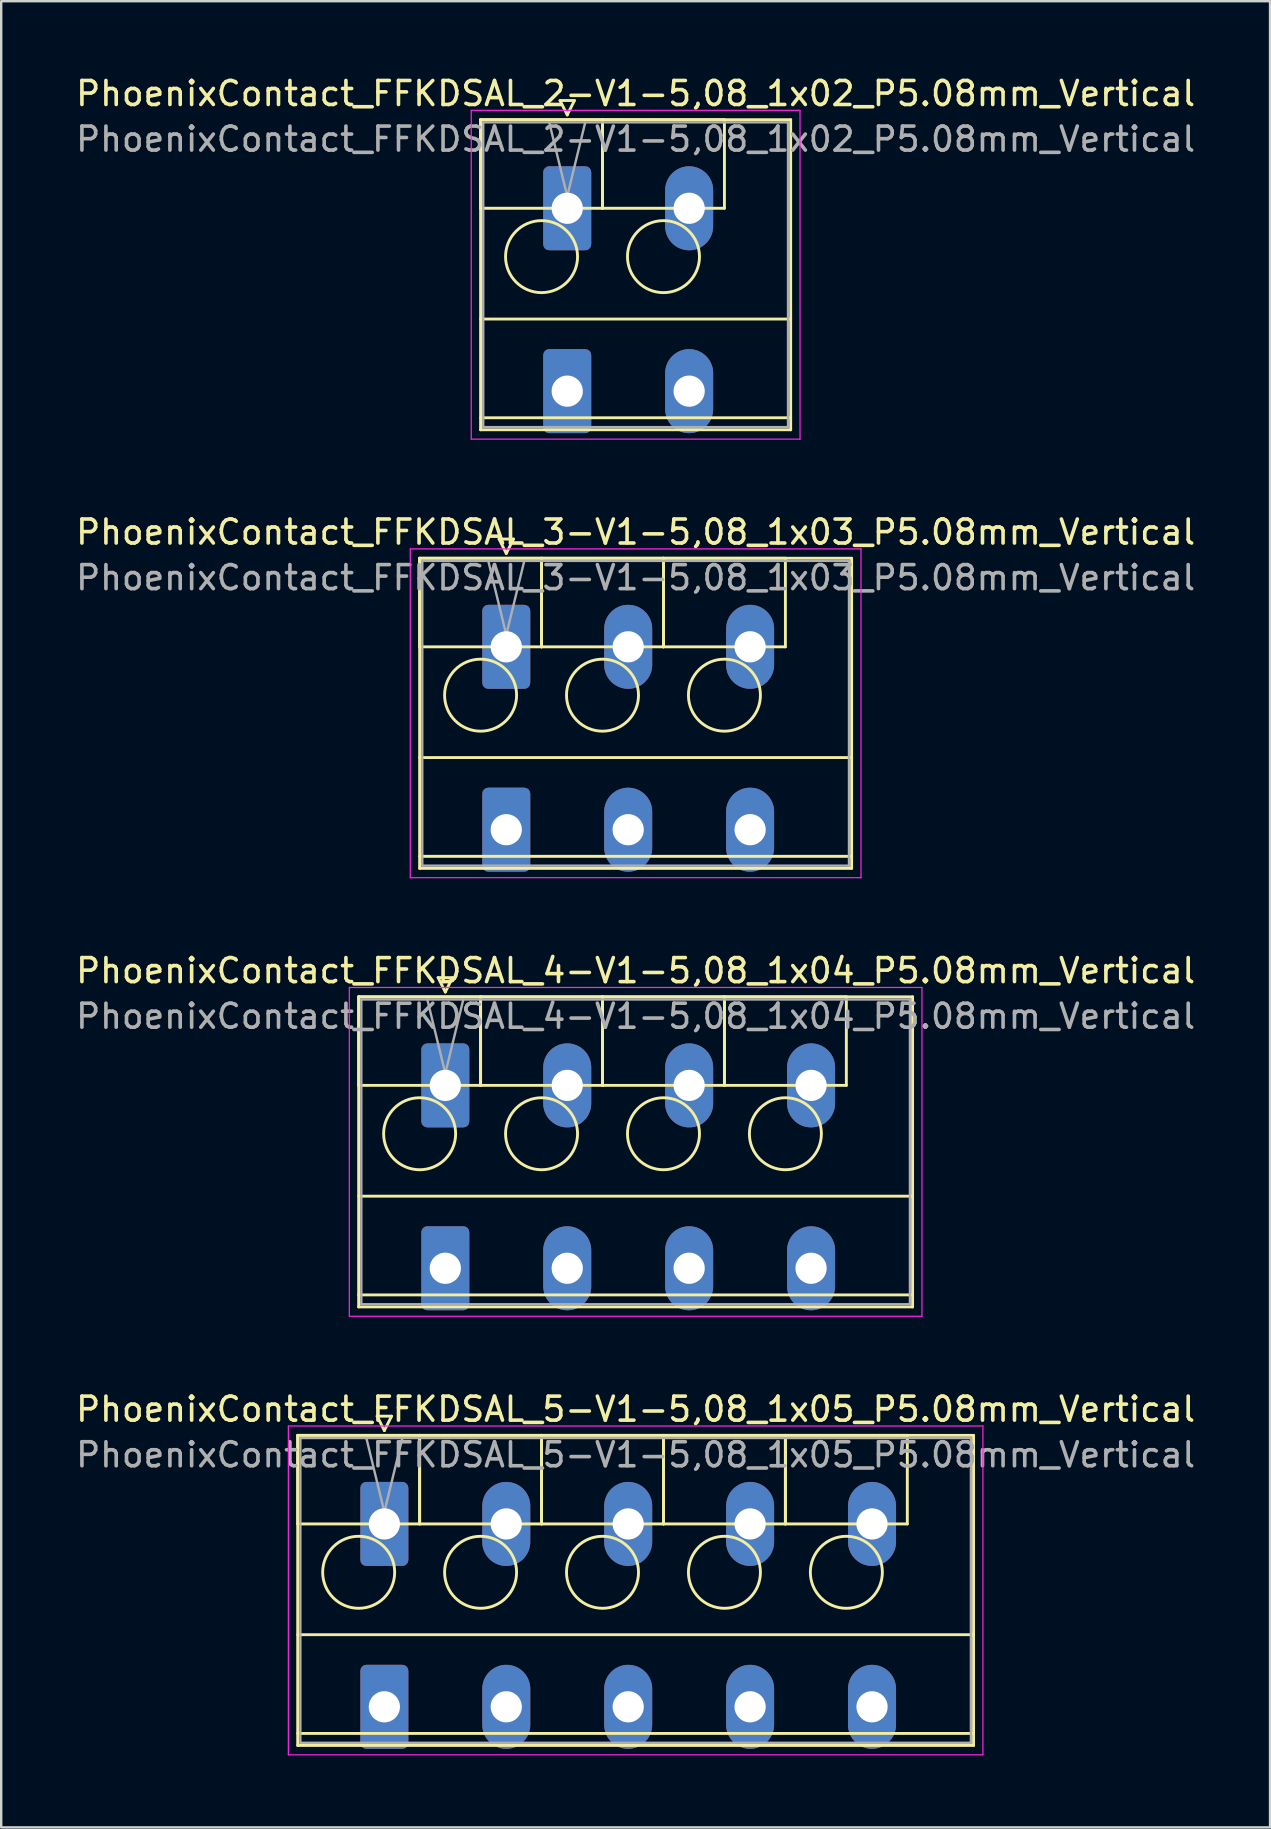
<source format=kicad_pcb>
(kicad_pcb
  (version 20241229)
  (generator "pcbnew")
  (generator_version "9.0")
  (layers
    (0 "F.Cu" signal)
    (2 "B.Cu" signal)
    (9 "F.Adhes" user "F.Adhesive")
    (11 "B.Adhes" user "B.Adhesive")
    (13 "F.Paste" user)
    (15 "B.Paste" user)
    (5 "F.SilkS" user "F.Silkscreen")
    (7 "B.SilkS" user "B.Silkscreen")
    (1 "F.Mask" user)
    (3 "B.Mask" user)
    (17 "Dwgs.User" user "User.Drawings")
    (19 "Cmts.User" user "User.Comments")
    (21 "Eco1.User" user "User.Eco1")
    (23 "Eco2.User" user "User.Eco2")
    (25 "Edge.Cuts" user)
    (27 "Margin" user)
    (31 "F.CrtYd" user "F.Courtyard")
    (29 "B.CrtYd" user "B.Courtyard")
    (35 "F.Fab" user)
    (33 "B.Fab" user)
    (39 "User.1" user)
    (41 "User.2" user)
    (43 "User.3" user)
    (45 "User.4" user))
  (footprint "PhoenixContact_FFKDSAL_2-V1-5,08_1x02_P5.08mm_Vertical"
    (layer "F.Cu")
    (at 20.585 5.628)
    (property "Reference" "PhoenixContact_FFKDSAL_2-V1-5,08_1x02_P5.08mm_Vertical" (at 2.85 -4.78 0) (layer "F.SilkS") (effects (font (size 1 1) (thickness 0.15))))
    (attr through_hole)
    (fp_line (start -3.61 -3.69) (end -3.61 0) (stroke (width 0.12) (type solid)) (layer "F.SilkS"))
    (fp_line (start -3.61 -3.69) (end -3.61 9.23) (stroke (width 0.12) (type solid)) (layer "F.SilkS"))
    (fp_line (start -3.61 0) (end 1.47 0) (stroke (width 0.12) (type solid)) (layer "F.SilkS"))
    (fp_line (start -3.61 4.615) (end 9.31 4.615) (stroke (width 0.12) (type solid)) (layer "F.SilkS"))
    (fp_line (start -3.61 8.73) (end 9.31 8.73) (stroke (width 0.12) (type solid)) (layer "F.SilkS"))
    (fp_line (start -3.61 9.23) (end 9.31 9.23) (stroke (width 0.12) (type solid)) (layer "F.SilkS"))
    (fp_line (start -0.3 -4.49) (end 0.3 -4.49) (stroke (width 0.12) (type solid)) (layer "F.SilkS"))
    (fp_line (start 0 -3.89) (end -0.3 -4.49) (stroke (width 0.12) (type solid)) (layer "F.SilkS"))
    (fp_line (start 0.3 -4.49) (end 0 -3.89) (stroke (width 0.12) (type solid)) (layer "F.SilkS"))
    (fp_line (start 1.47 -3.69) (end -3.61 -3.69) (stroke (width 0.12) (type solid)) (layer "F.SilkS"))
    (fp_line (start 1.47 -3.69) (end 1.47 0) (stroke (width 0.12) (type solid)) (layer "F.SilkS"))
    (fp_line (start 1.47 0) (end 1.47 -3.69) (stroke (width 0.12) (type solid)) (layer "F.SilkS"))
    (fp_line (start 1.47 0) (end 6.55 0) (stroke (width 0.12) (type solid)) (layer "F.SilkS"))
    (fp_line (start 6.55 -3.69) (end 1.47 -3.69) (stroke (width 0.12) (type solid)) (layer "F.SilkS"))
    (fp_line (start 6.55 0) (end 6.55 -3.69) (stroke (width 0.12) (type solid)) (layer "F.SilkS"))
    (fp_line (start 9.31 -3.69) (end -3.61 -3.69) (stroke (width 0.12) (type solid)) (layer "F.SilkS"))
    (fp_line (start 9.31 9.23) (end 9.31 -3.69) (stroke (width 0.12) (type solid)) (layer "F.SilkS"))
    (fp_circle (center -1.07 2.015) (end 0.43 2.015) (stroke (width 0.12) (type solid)) (fill no) (layer "F.SilkS"))
    (fp_circle (center 4.01 2.015) (end 5.51 2.015) (stroke (width 0.12) (type solid)) (fill no) (layer "F.SilkS"))
    (fp_line (start -4 -4.08) (end -4 9.62) (stroke (width 0.05) (type solid)) (layer "F.CrtYd"))
    (fp_line (start -4 9.62) (end 9.7 9.62) (stroke (width 0.05) (type solid)) (layer "F.CrtYd"))
    (fp_line (start 9.7 -4.08) (end -4 -4.08) (stroke (width 0.05) (type solid)) (layer "F.CrtYd"))
    (fp_line (start 9.7 9.62) (end 9.7 -4.08) (stroke (width 0.05) (type solid)) (layer "F.CrtYd"))
    (fp_line (start -3.5 -3.58) (end -3.5 9.12) (stroke (width 0.1) (type solid)) (layer "F.Fab"))
    (fp_line (start -3.5 9.12) (end 9.2 9.12) (stroke (width 0.1) (type solid)) (layer "F.Fab"))
    (fp_line (start 0 -0.5) (end -0.75 -3.58) (stroke (width 0.1) (type solid)) (layer "F.Fab"))
    (fp_line (start 0.75 -3.58) (end 0 -0.5) (stroke (width 0.1) (type solid)) (layer "F.Fab"))
    (fp_line (start 9.2 -3.58) (end -3.5 -3.58) (stroke (width 0.1) (type solid)) (layer "F.Fab"))
    (fp_line (start 9.2 9.12) (end 9.2 -3.58) (stroke (width 0.1) (type solid)) (layer "F.Fab"))
    (fp_text user "${REFERENCE}" (at 2.85 -2.88 0) (layer "F.Fab") (effects (font (size 1 1) (thickness 0.15))))
    (pad "1" thru_hole roundrect (at 0 0) (size 2 3.5) (drill 1.3) (layers "*.Cu" "*.Mask") (roundrect_rratio 0.125))
    (pad "1" thru_hole roundrect (at 0 7.62) (size 2 3.5) (drill 1.3) (layers "*.Cu" "*.Mask") (roundrect_rratio 0.125))
    (pad "2" thru_hole oval (at 5.08 0) (size 2 3.5) (drill 1.3) (layers "*.Cu" "*.Mask"))
    (pad "2" thru_hole oval (at 5.08 7.62) (size 2 3.5) (drill 1.3) (layers "*.Cu" "*.Mask")))
  (footprint "PhoenixContact_FFKDSAL_4-V1-5,08_1x04_P5.08mm_Vertical"
    (layer "F.Cu")
    (at 15.505 42.175)
    (property "Reference" "PhoenixContact_FFKDSAL_4-V1-5,08_1x04_P5.08mm_Vertical" (at 7.93 -4.78 0) (layer "F.SilkS") (effects (font (size 1 1) (thickness 0.15))))
    (attr through_hole)
    (fp_line (start -3.61 -3.69) (end -3.61 0) (stroke (width 0.12) (type solid)) (layer "F.SilkS"))
    (fp_line (start -3.61 -3.69) (end -3.61 9.23) (stroke (width 0.12) (type solid)) (layer "F.SilkS"))
    (fp_line (start -3.61 0) (end 1.47 0) (stroke (width 0.12) (type solid)) (layer "F.SilkS"))
    (fp_line (start -3.61 4.615) (end 19.47 4.615) (stroke (width 0.12) (type solid)) (layer "F.SilkS"))
    (fp_line (start -3.61 8.73) (end 19.47 8.73) (stroke (width 0.12) (type solid)) (layer "F.SilkS"))
    (fp_line (start -3.61 9.23) (end 19.47 9.23) (stroke (width 0.12) (type solid)) (layer "F.SilkS"))
    (fp_line (start -0.3 -4.49) (end 0.3 -4.49) (stroke (width 0.12) (type solid)) (layer "F.SilkS"))
    (fp_line (start 0 -3.89) (end -0.3 -4.49) (stroke (width 0.12) (type solid)) (layer "F.SilkS"))
    (fp_line (start 0.3 -4.49) (end 0 -3.89) (stroke (width 0.12) (type solid)) (layer "F.SilkS"))
    (fp_line (start 1.47 -3.69) (end -3.61 -3.69) (stroke (width 0.12) (type solid)) (layer "F.SilkS"))
    (fp_line (start 1.47 -3.69) (end 1.47 0) (stroke (width 0.12) (type solid)) (layer "F.SilkS"))
    (fp_line (start 1.47 0) (end 1.47 -3.69) (stroke (width 0.12) (type solid)) (layer "F.SilkS"))
    (fp_line (start 1.47 0) (end 6.55 0) (stroke (width 0.12) (type solid)) (layer "F.SilkS"))
    (fp_line (start 6.55 -3.69) (end 1.47 -3.69) (stroke (width 0.12) (type solid)) (layer "F.SilkS"))
    (fp_line (start 6.55 -3.69) (end 6.55 0) (stroke (width 0.12) (type solid)) (layer "F.SilkS"))
    (fp_line (start 6.55 0) (end 6.55 -3.69) (stroke (width 0.12) (type solid)) (layer "F.SilkS"))
    (fp_line (start 6.55 0) (end 11.63 0) (stroke (width 0.12) (type solid)) (layer "F.SilkS"))
    (fp_line (start 11.63 -3.69) (end 6.55 -3.69) (stroke (width 0.12) (type solid)) (layer "F.SilkS"))
    (fp_line (start 11.63 -3.69) (end 11.63 0) (stroke (width 0.12) (type solid)) (layer "F.SilkS"))
    (fp_line (start 11.63 0) (end 11.63 -3.69) (stroke (width 0.12) (type solid)) (layer "F.SilkS"))
    (fp_line (start 11.63 0) (end 16.71 0) (stroke (width 0.12) (type solid)) (layer "F.SilkS"))
    (fp_line (start 16.71 -3.69) (end 11.63 -3.69) (stroke (width 0.12) (type solid)) (layer "F.SilkS"))
    (fp_line (start 16.71 0) (end 16.71 -3.69) (stroke (width 0.12) (type solid)) (layer "F.SilkS"))
    (fp_line (start 19.47 -3.69) (end -3.61 -3.69) (stroke (width 0.12) (type solid)) (layer "F.SilkS"))
    (fp_line (start 19.47 9.23) (end 19.47 -3.69) (stroke (width 0.12) (type solid)) (layer "F.SilkS"))
    (fp_circle (center -1.07 2.015) (end 0.43 2.015) (stroke (width 0.12) (type solid)) (fill no) (layer "F.SilkS"))
    (fp_circle (center 4.01 2.015) (end 5.51 2.015) (stroke (width 0.12) (type solid)) (fill no) (layer "F.SilkS"))
    (fp_circle (center 9.09 2.015) (end 10.59 2.015) (stroke (width 0.12) (type solid)) (fill no) (layer "F.SilkS"))
    (fp_circle (center 14.17 2.015) (end 15.67 2.015) (stroke (width 0.12) (type solid)) (fill no) (layer "F.SilkS"))
    (fp_line (start -4 -4.08) (end -4 9.62) (stroke (width 0.05) (type solid)) (layer "F.CrtYd"))
    (fp_line (start -4 9.62) (end 19.86 9.62) (stroke (width 0.05) (type solid)) (layer "F.CrtYd"))
    (fp_line (start 19.86 -4.08) (end -4 -4.08) (stroke (width 0.05) (type solid)) (layer "F.CrtYd"))
    (fp_line (start 19.86 9.62) (end 19.86 -4.08) (stroke (width 0.05) (type solid)) (layer "F.CrtYd"))
    (fp_line (start -3.5 -3.58) (end -3.5 9.12) (stroke (width 0.1) (type solid)) (layer "F.Fab"))
    (fp_line (start -3.5 9.12) (end 19.36 9.12) (stroke (width 0.1) (type solid)) (layer "F.Fab"))
    (fp_line (start 0 -0.5) (end -0.75 -3.58) (stroke (width 0.1) (type solid)) (layer "F.Fab"))
    (fp_line (start 0.75 -3.58) (end 0 -0.5) (stroke (width 0.1) (type solid)) (layer "F.Fab"))
    (fp_line (start 19.36 -3.58) (end -3.5 -3.58) (stroke (width 0.1) (type solid)) (layer "F.Fab"))
    (fp_line (start 19.36 9.12) (end 19.36 -3.58) (stroke (width 0.1) (type solid)) (layer "F.Fab"))
    (fp_text user "${REFERENCE}" (at 7.93 -2.88 0) (layer "F.Fab") (effects (font (size 1 1) (thickness 0.15))))
    (pad "1" thru_hole roundrect (at 0 0) (size 2 3.5) (drill 1.3) (layers "*.Cu" "*.Mask") (roundrect_rratio 0.125))
    (pad "1" thru_hole roundrect (at 0 7.62) (size 2 3.5) (drill 1.3) (layers "*.Cu" "*.Mask") (roundrect_rratio 0.125))
    (pad "2" thru_hole oval (at 5.08 0) (size 2 3.5) (drill 1.3) (layers "*.Cu" "*.Mask"))
    (pad "2" thru_hole oval (at 5.08 7.62) (size 2 3.5) (drill 1.3) (layers "*.Cu" "*.Mask"))
    (pad "3" thru_hole oval (at 10.16 0) (size 2 3.5) (drill 1.3) (layers "*.Cu" "*.Mask"))
    (pad "3" thru_hole oval (at 10.16 7.62) (size 2 3.5) (drill 1.3) (layers "*.Cu" "*.Mask"))
    (pad "4" thru_hole oval (at 15.24 0) (size 2 3.5) (drill 1.3) (layers "*.Cu" "*.Mask"))
    (pad "4" thru_hole oval (at 15.24 7.62) (size 2 3.5) (drill 1.3) (layers "*.Cu" "*.Mask")))
  (footprint "PhoenixContact_FFKDSAL_3-V1-5,08_1x03_P5.08mm_Vertical"
    (layer "F.Cu")
    (at 18.045 23.901)
    (property "Reference" "PhoenixContact_FFKDSAL_3-V1-5,08_1x03_P5.08mm_Vertical" (at 5.39 -4.78 0) (layer "F.SilkS") (effects (font (size 1 1) (thickness 0.15))))
    (attr through_hole)
    (fp_line (start -3.61 -3.69) (end -3.61 0) (stroke (width 0.12) (type solid)) (layer "F.SilkS"))
    (fp_line (start -3.61 -3.69) (end -3.61 9.23) (stroke (width 0.12) (type solid)) (layer "F.SilkS"))
    (fp_line (start -3.61 0) (end 1.47 0) (stroke (width 0.12) (type solid)) (layer "F.SilkS"))
    (fp_line (start -3.61 4.615) (end 14.39 4.615) (stroke (width 0.12) (type solid)) (layer "F.SilkS"))
    (fp_line (start -3.61 8.73) (end 14.39 8.73) (stroke (width 0.12) (type solid)) (layer "F.SilkS"))
    (fp_line (start -3.61 9.23) (end 14.39 9.23) (stroke (width 0.12) (type solid)) (layer "F.SilkS"))
    (fp_line (start -0.3 -4.49) (end 0.3 -4.49) (stroke (width 0.12) (type solid)) (layer "F.SilkS"))
    (fp_line (start 0 -3.89) (end -0.3 -4.49) (stroke (width 0.12) (type solid)) (layer "F.SilkS"))
    (fp_line (start 0.3 -4.49) (end 0 -3.89) (stroke (width 0.12) (type solid)) (layer "F.SilkS"))
    (fp_line (start 1.47 -3.69) (end -3.61 -3.69) (stroke (width 0.12) (type solid)) (layer "F.SilkS"))
    (fp_line (start 1.47 -3.69) (end 1.47 0) (stroke (width 0.12) (type solid)) (layer "F.SilkS"))
    (fp_line (start 1.47 0) (end 1.47 -3.69) (stroke (width 0.12) (type solid)) (layer "F.SilkS"))
    (fp_line (start 1.47 0) (end 6.55 0) (stroke (width 0.12) (type solid)) (layer "F.SilkS"))
    (fp_line (start 6.55 -3.69) (end 1.47 -3.69) (stroke (width 0.12) (type solid)) (layer "F.SilkS"))
    (fp_line (start 6.55 -3.69) (end 6.55 0) (stroke (width 0.12) (type solid)) (layer "F.SilkS"))
    (fp_line (start 6.55 0) (end 6.55 -3.69) (stroke (width 0.12) (type solid)) (layer "F.SilkS"))
    (fp_line (start 6.55 0) (end 11.63 0) (stroke (width 0.12) (type solid)) (layer "F.SilkS"))
    (fp_line (start 11.63 -3.69) (end 6.55 -3.69) (stroke (width 0.12) (type solid)) (layer "F.SilkS"))
    (fp_line (start 11.63 0) (end 11.63 -3.69) (stroke (width 0.12) (type solid)) (layer "F.SilkS"))
    (fp_line (start 14.39 -3.69) (end -3.61 -3.69) (stroke (width 0.12) (type solid)) (layer "F.SilkS"))
    (fp_line (start 14.39 9.23) (end 14.39 -3.69) (stroke (width 0.12) (type solid)) (layer "F.SilkS"))
    (fp_circle (center -1.07 2.015) (end 0.43 2.015) (stroke (width 0.12) (type solid)) (fill no) (layer "F.SilkS"))
    (fp_circle (center 4.01 2.015) (end 5.51 2.015) (stroke (width 0.12) (type solid)) (fill no) (layer "F.SilkS"))
    (fp_circle (center 9.09 2.015) (end 10.59 2.015) (stroke (width 0.12) (type solid)) (fill no) (layer "F.SilkS"))
    (fp_line (start -4 -4.08) (end -4 9.62) (stroke (width 0.05) (type solid)) (layer "F.CrtYd"))
    (fp_line (start -4 9.62) (end 14.78 9.62) (stroke (width 0.05) (type solid)) (layer "F.CrtYd"))
    (fp_line (start 14.78 -4.08) (end -4 -4.08) (stroke (width 0.05) (type solid)) (layer "F.CrtYd"))
    (fp_line (start 14.78 9.62) (end 14.78 -4.08) (stroke (width 0.05) (type solid)) (layer "F.CrtYd"))
    (fp_line (start -3.5 -3.58) (end -3.5 9.12) (stroke (width 0.1) (type solid)) (layer "F.Fab"))
    (fp_line (start -3.5 9.12) (end 14.28 9.12) (stroke (width 0.1) (type solid)) (layer "F.Fab"))
    (fp_line (start 0 -0.5) (end -0.75 -3.58) (stroke (width 0.1) (type solid)) (layer "F.Fab"))
    (fp_line (start 0.75 -3.58) (end 0 -0.5) (stroke (width 0.1) (type solid)) (layer "F.Fab"))
    (fp_line (start 14.28 -3.58) (end -3.5 -3.58) (stroke (width 0.1) (type solid)) (layer "F.Fab"))
    (fp_line (start 14.28 9.12) (end 14.28 -3.58) (stroke (width 0.1) (type solid)) (layer "F.Fab"))
    (fp_text user "${REFERENCE}" (at 5.39 -2.88 0) (layer "F.Fab") (effects (font (size 1 1) (thickness 0.15))))
    (pad "1" thru_hole roundrect (at 0 0) (size 2 3.5) (drill 1.3) (layers "*.Cu" "*.Mask") (roundrect_rratio 0.125))
    (pad "1" thru_hole roundrect (at 0 7.62) (size 2 3.5) (drill 1.3) (layers "*.Cu" "*.Mask") (roundrect_rratio 0.125))
    (pad "2" thru_hole oval (at 5.08 0) (size 2 3.5) (drill 1.3) (layers "*.Cu" "*.Mask"))
    (pad "2" thru_hole oval (at 5.08 7.62) (size 2 3.5) (drill 1.3) (layers "*.Cu" "*.Mask"))
    (pad "3" thru_hole oval (at 10.16 0) (size 2 3.5) (drill 1.3) (layers "*.Cu" "*.Mask"))
    (pad "3" thru_hole oval (at 10.16 7.62) (size 2 3.5) (drill 1.3) (layers "*.Cu" "*.Mask")))
  (footprint "PhoenixContact_FFKDSAL_5-V1-5,08_1x05_P5.08mm_Vertical"
    (layer "F.Cu")
    (at 12.965 60.448)
    (property "Reference" "PhoenixContact_FFKDSAL_5-V1-5,08_1x05_P5.08mm_Vertical" (at 10.47 -4.78 0) (layer "F.SilkS") (effects (font (size 1 1) (thickness 0.15))))
    (attr through_hole)
    (fp_line (start -3.61 -3.69) (end -3.61 0) (stroke (width 0.12) (type solid)) (layer "F.SilkS"))
    (fp_line (start -3.61 -3.69) (end -3.61 9.23) (stroke (width 0.12) (type solid)) (layer "F.SilkS"))
    (fp_line (start -3.61 0) (end 1.47 0) (stroke (width 0.12) (type solid)) (layer "F.SilkS"))
    (fp_line (start -3.61 4.615) (end 24.55 4.615) (stroke (width 0.12) (type solid)) (layer "F.SilkS"))
    (fp_line (start -3.61 8.73) (end 24.55 8.73) (stroke (width 0.12) (type solid)) (layer "F.SilkS"))
    (fp_line (start -3.61 9.23) (end 24.55 9.23) (stroke (width 0.12) (type solid)) (layer "F.SilkS"))
    (fp_line (start -0.3 -4.49) (end 0.3 -4.49) (stroke (width 0.12) (type solid)) (layer "F.SilkS"))
    (fp_line (start 0 -3.89) (end -0.3 -4.49) (stroke (width 0.12) (type solid)) (layer "F.SilkS"))
    (fp_line (start 0.3 -4.49) (end 0 -3.89) (stroke (width 0.12) (type solid)) (layer "F.SilkS"))
    (fp_line (start 1.47 -3.69) (end -3.61 -3.69) (stroke (width 0.12) (type solid)) (layer "F.SilkS"))
    (fp_line (start 1.47 -3.69) (end 1.47 0) (stroke (width 0.12) (type solid)) (layer "F.SilkS"))
    (fp_line (start 1.47 0) (end 1.47 -3.69) (stroke (width 0.12) (type solid)) (layer "F.SilkS"))
    (fp_line (start 1.47 0) (end 6.55 0) (stroke (width 0.12) (type solid)) (layer "F.SilkS"))
    (fp_line (start 6.55 -3.69) (end 1.47 -3.69) (stroke (width 0.12) (type solid)) (layer "F.SilkS"))
    (fp_line (start 6.55 -3.69) (end 6.55 0) (stroke (width 0.12) (type solid)) (layer "F.SilkS"))
    (fp_line (start 6.55 0) (end 6.55 -3.69) (stroke (width 0.12) (type solid)) (layer "F.SilkS"))
    (fp_line (start 6.55 0) (end 11.63 0) (stroke (width 0.12) (type solid)) (layer "F.SilkS"))
    (fp_line (start 11.63 -3.69) (end 6.55 -3.69) (stroke (width 0.12) (type solid)) (layer "F.SilkS"))
    (fp_line (start 11.63 -3.69) (end 11.63 0) (stroke (width 0.12) (type solid)) (layer "F.SilkS"))
    (fp_line (start 11.63 0) (end 11.63 -3.69) (stroke (width 0.12) (type solid)) (layer "F.SilkS"))
    (fp_line (start 11.63 0) (end 16.71 0) (stroke (width 0.12) (type solid)) (layer "F.SilkS"))
    (fp_line (start 16.71 -3.69) (end 11.63 -3.69) (stroke (width 0.12) (type solid)) (layer "F.SilkS"))
    (fp_line (start 16.71 -3.69) (end 16.71 0) (stroke (width 0.12) (type solid)) (layer "F.SilkS"))
    (fp_line (start 16.71 0) (end 16.71 -3.69) (stroke (width 0.12) (type solid)) (layer "F.SilkS"))
    (fp_line (start 16.71 0) (end 21.79 0) (stroke (width 0.12) (type solid)) (layer "F.SilkS"))
    (fp_line (start 21.79 -3.69) (end 16.71 -3.69) (stroke (width 0.12) (type solid)) (layer "F.SilkS"))
    (fp_line (start 21.79 0) (end 21.79 -3.69) (stroke (width 0.12) (type solid)) (layer "F.SilkS"))
    (fp_line (start 24.55 -3.69) (end -3.61 -3.69) (stroke (width 0.12) (type solid)) (layer "F.SilkS"))
    (fp_line (start 24.55 9.23) (end 24.55 -3.69) (stroke (width 0.12) (type solid)) (layer "F.SilkS"))
    (fp_circle (center -1.07 2.015) (end 0.43 2.015) (stroke (width 0.12) (type solid)) (fill no) (layer "F.SilkS"))
    (fp_circle (center 4.01 2.015) (end 5.51 2.015) (stroke (width 0.12) (type solid)) (fill no) (layer "F.SilkS"))
    (fp_circle (center 9.09 2.015) (end 10.59 2.015) (stroke (width 0.12) (type solid)) (fill no) (layer "F.SilkS"))
    (fp_circle (center 14.17 2.015) (end 15.67 2.015) (stroke (width 0.12) (type solid)) (fill no) (layer "F.SilkS"))
    (fp_circle (center 19.25 2.015) (end 20.75 2.015) (stroke (width 0.12) (type solid)) (fill no) (layer "F.SilkS"))
    (fp_line (start -4 -4.08) (end -4 9.62) (stroke (width 0.05) (type solid)) (layer "F.CrtYd"))
    (fp_line (start -4 9.62) (end 24.94 9.62) (stroke (width 0.05) (type solid)) (layer "F.CrtYd"))
    (fp_line (start 24.94 -4.08) (end -4 -4.08) (stroke (width 0.05) (type solid)) (layer "F.CrtYd"))
    (fp_line (start 24.94 9.62) (end 24.94 -4.08) (stroke (width 0.05) (type solid)) (layer "F.CrtYd"))
    (fp_line (start -3.5 -3.58) (end -3.5 9.12) (stroke (width 0.1) (type solid)) (layer "F.Fab"))
    (fp_line (start -3.5 9.12) (end 24.44 9.12) (stroke (width 0.1) (type solid)) (layer "F.Fab"))
    (fp_line (start 0 -0.5) (end -0.75 -3.58) (stroke (width 0.1) (type solid)) (layer "F.Fab"))
    (fp_line (start 0.75 -3.58) (end 0 -0.5) (stroke (width 0.1) (type solid)) (layer "F.Fab"))
    (fp_line (start 24.44 -3.58) (end -3.5 -3.58) (stroke (width 0.1) (type solid)) (layer "F.Fab"))
    (fp_line (start 24.44 9.12) (end 24.44 -3.58) (stroke (width 0.1) (type solid)) (layer "F.Fab"))
    (fp_text user "${REFERENCE}" (at 10.47 -2.88 0) (layer "F.Fab") (effects (font (size 1 1) (thickness 0.15))))
    (pad "1" thru_hole roundrect (at 0 0) (size 2 3.5) (drill 1.3) (layers "*.Cu" "*.Mask") (roundrect_rratio 0.125))
    (pad "1" thru_hole roundrect (at 0 7.62) (size 2 3.5) (drill 1.3) (layers "*.Cu" "*.Mask") (roundrect_rratio 0.125))
    (pad "2" thru_hole oval (at 5.08 0) (size 2 3.5) (drill 1.3) (layers "*.Cu" "*.Mask"))
    (pad "2" thru_hole oval (at 5.08 7.62) (size 2 3.5) (drill 1.3) (layers "*.Cu" "*.Mask"))
    (pad "3" thru_hole oval (at 10.16 0) (size 2 3.5) (drill 1.3) (layers "*.Cu" "*.Mask"))
    (pad "3" thru_hole oval (at 10.16 7.62) (size 2 3.5) (drill 1.3) (layers "*.Cu" "*.Mask"))
    (pad "4" thru_hole oval (at 15.24 0) (size 2 3.5) (drill 1.3) (layers "*.Cu" "*.Mask"))
    (pad "4" thru_hole oval (at 15.24 7.62) (size 2 3.5) (drill 1.3) (layers "*.Cu" "*.Mask"))
    (pad "5" thru_hole oval (at 20.32 0) (size 2 3.5) (drill 1.3) (layers "*.Cu" "*.Mask"))
    (pad "5" thru_hole oval (at 20.32 7.62) (size 2 3.5) (drill 1.3) (layers "*.Cu" "*.Mask")))
  (gr_rect
    (start -3 -3)
    (end 49.869 73.093)
    (stroke (width 0.1) (type default))
    (fill no)
    (layer "Edge.Cuts")))
</source>
